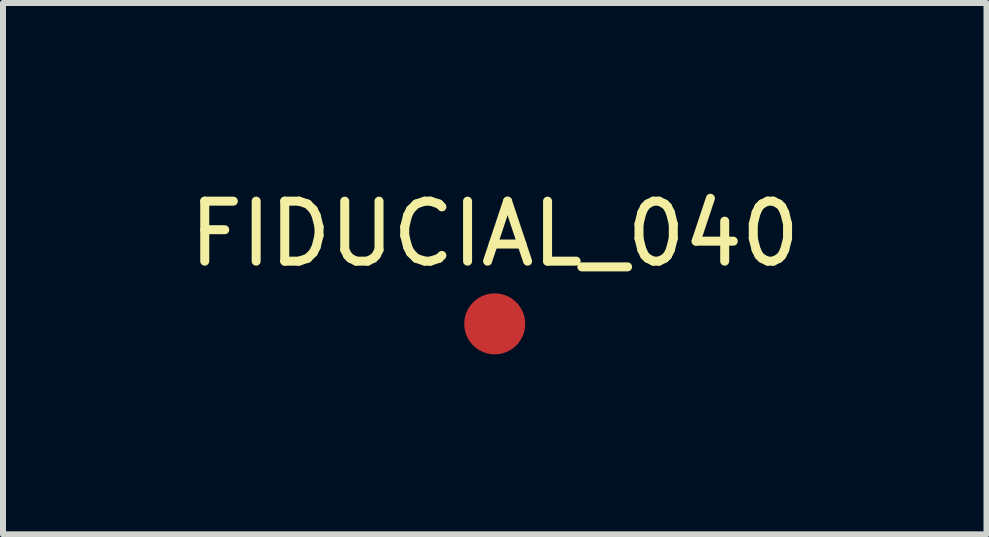
<source format=kicad_pcb>
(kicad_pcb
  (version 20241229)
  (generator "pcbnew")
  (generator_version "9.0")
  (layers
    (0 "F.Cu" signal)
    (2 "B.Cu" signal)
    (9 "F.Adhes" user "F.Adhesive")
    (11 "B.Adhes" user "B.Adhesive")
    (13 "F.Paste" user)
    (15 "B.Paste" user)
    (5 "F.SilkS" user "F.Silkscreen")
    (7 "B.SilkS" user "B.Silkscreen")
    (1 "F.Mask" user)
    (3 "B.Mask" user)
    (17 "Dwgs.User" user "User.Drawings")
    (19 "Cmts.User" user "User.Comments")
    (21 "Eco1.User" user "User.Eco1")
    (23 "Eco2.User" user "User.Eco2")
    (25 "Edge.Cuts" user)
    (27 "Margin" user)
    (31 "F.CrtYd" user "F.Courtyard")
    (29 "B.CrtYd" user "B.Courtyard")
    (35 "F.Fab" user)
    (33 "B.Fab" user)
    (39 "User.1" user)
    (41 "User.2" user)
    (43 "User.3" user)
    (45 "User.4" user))
  (footprint "FIDUCIAL_040"
    (layer "F.Cu")
    (at 5.196 2.348)
    (property "Reference" "FIDUCIAL_040" (at 0 -1.5 0) (layer "F.SilkS") (effects (font (size 1 1) (thickness 0.15))))
    (attr through_hole)
    (pad "1" smd circle (at 0 0) (size 1.016 1.016) (layers "F.Cu" "F.Mask")))
  (gr_rect
    (start -3 -3)
    (end 13.393 5.856)
    (stroke (width 0.1) (type default))
    (fill no)
    (layer "Edge.Cuts")))
</source>
